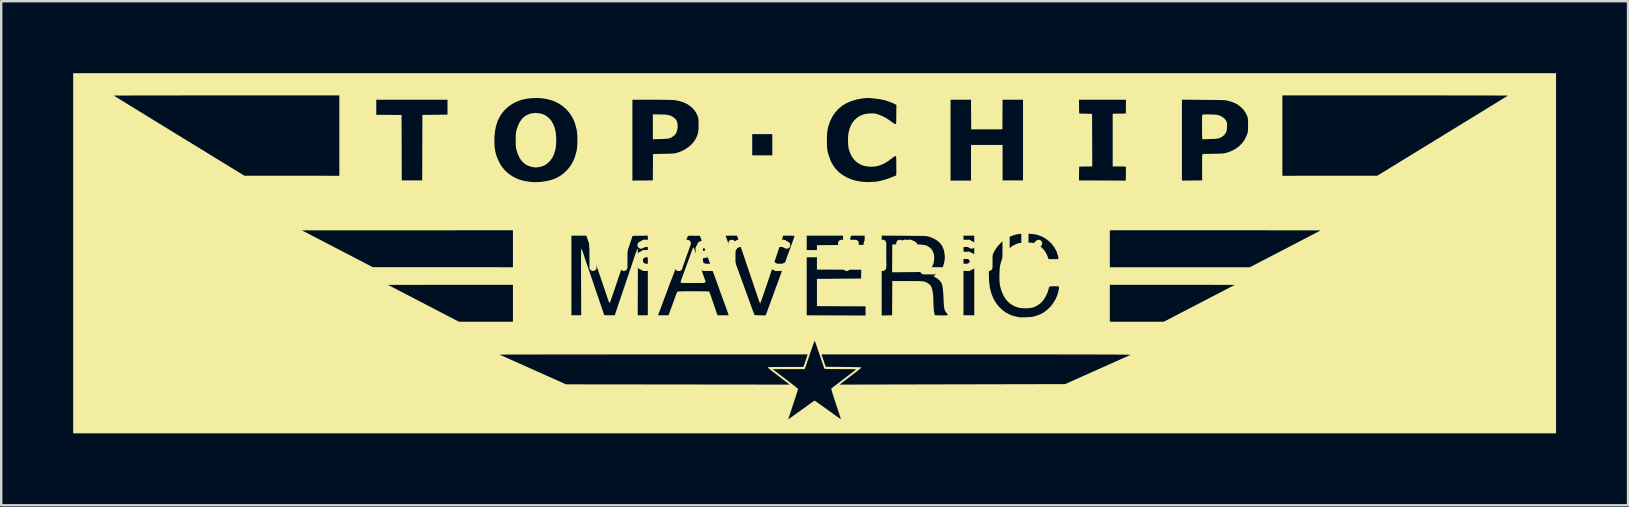
<source format=kicad_pcb>
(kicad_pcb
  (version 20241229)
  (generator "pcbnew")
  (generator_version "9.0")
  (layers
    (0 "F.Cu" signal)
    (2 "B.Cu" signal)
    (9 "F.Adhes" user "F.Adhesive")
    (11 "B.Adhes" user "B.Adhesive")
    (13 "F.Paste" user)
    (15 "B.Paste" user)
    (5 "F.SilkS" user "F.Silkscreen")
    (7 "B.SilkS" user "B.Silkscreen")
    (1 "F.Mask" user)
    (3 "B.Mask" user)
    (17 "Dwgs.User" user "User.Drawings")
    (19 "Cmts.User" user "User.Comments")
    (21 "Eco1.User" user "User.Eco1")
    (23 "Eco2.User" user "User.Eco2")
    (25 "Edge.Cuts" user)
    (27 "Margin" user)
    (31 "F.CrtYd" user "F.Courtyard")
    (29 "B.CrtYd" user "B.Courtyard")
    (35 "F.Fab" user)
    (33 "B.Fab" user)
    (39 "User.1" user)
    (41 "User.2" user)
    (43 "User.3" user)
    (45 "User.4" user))
  (footprint "maveric-fun_silk"
    (layer "F.Cu")
    (at 30.917 7.415)
    (property "Reference" "maveric-fun_silk" (at 0 0 0) (layer "F.SilkS") (effects (font (size 1.5 1.5) (thickness 0.3))))
    (attr board_only exclude_from_pos_files exclude_from_bom)
    (fp_poly (pts (xy -6.507 -5.696) (xy -6.377 -5.694) (xy -6.273 -5.69) (xy -6.188 -5.683) (xy -6.118 -5.672) (xy -6.059 -5.657) (xy -6.004 -5.636) (xy -5.989 -5.629) (xy -5.887 -5.57) (xy -5.811 -5.502) (xy -5.76 -5.421) (xy -5.73 -5.324) (xy -5.723 -5.208) (xy -5.728 -5.122) (xy -5.751 -5.005) (xy -5.792 -4.908) (xy -5.855 -4.829) (xy -5.942 -4.763) (xy -5.95 -4.758) (xy -5.996 -4.732) (xy -6.039 -4.713) (xy -6.086 -4.698) (xy -6.141 -4.687) (xy -6.21 -4.68) (xy -6.297 -4.674) (xy -6.407 -4.67) (xy -6.447 -4.669) (xy -6.757 -4.66) (xy -6.757 -5.178) (xy -6.757 -5.696)) (stroke (width 0) (type solid)) (fill yes) (layer "F.SilkS"))
    (fp_poly (pts (xy 4.085 -0.281) (xy 4.224 -0.279) (xy 4.341 -0.275) (xy 4.437 -0.269) (xy 4.516 -0.26) (xy 4.58 -0.249) (xy 4.631 -0.236) (xy 4.672 -0.22) (xy 4.679 -0.217) (xy 4.786 -0.148) (xy 4.869 -0.061) (xy 4.928 0.043) (xy 4.962 0.162) (xy 4.971 0.297) (xy 4.963 0.393) (xy 4.939 0.515) (xy 4.9 0.615) (xy 4.844 0.696) (xy 4.766 0.763) (xy 4.664 0.82) (xy 4.602 0.847) (xy 4.584 0.853) (xy 4.56 0.859) (xy 4.529 0.863) (xy 4.488 0.866) (xy 4.434 0.869) (xy 4.363 0.872) (xy 4.274 0.874) (xy 4.163 0.875) (xy 4.028 0.877) (xy 3.876 0.878) (xy 3.214 0.884) (xy 3.218 0.304) (xy 3.222 -0.277) (xy 3.73 -0.281) (xy 3.921 -0.282)) (stroke (width 0) (type solid)) (fill yes) (layer "F.SilkS"))
    (fp_poly (pts (xy 16.49 -5.695) (xy 16.578 -5.692) (xy 16.656 -5.689) (xy 16.716 -5.685) (xy 16.738 -5.682) (xy 16.852 -5.654) (xy 16.956 -5.607) (xy 17.045 -5.544) (xy 17.114 -5.469) (xy 17.148 -5.408) (xy 17.163 -5.369) (xy 17.172 -5.332) (xy 17.176 -5.289) (xy 17.176 -5.23) (xy 17.174 -5.173) (xy 17.17 -5.096) (xy 17.163 -5.039) (xy 17.152 -4.995) (xy 17.136 -4.955) (xy 17.129 -4.941) (xy 17.074 -4.857) (xy 17.002 -4.79) (xy 16.953 -4.758) (xy 16.908 -4.732) (xy 16.864 -4.713) (xy 16.817 -4.698) (xy 16.761 -4.687) (xy 16.692 -4.679) (xy 16.605 -4.674) (xy 16.494 -4.67) (xy 16.458 -4.669) (xy 16.151 -4.66) (xy 16.141 -4.696) (xy 16.138 -4.721) (xy 16.136 -4.771) (xy 16.134 -4.841) (xy 16.133 -4.928) (xy 16.132 -5.026) (xy 16.132 -5.13) (xy 16.132 -5.237) (xy 16.132 -5.342) (xy 16.133 -5.439) (xy 16.134 -5.524) (xy 16.136 -5.593) (xy 16.138 -5.641) (xy 16.14 -5.662) (xy 16.145 -5.675) (xy 16.153 -5.684) (xy 16.169 -5.69) (xy 16.197 -5.693) (xy 16.243 -5.695) (xy 16.309 -5.696) (xy 16.398 -5.696)) (stroke (width 0) (type solid)) (fill yes) (layer "F.SilkS"))
    (fp_poly (pts (xy -11.475 -5.742) (xy -11.332 -5.703) (xy -11.203 -5.637) (xy -11.089 -5.545) (xy -10.99 -5.429) (xy -10.908 -5.288) (xy -10.868 -5.195) (xy -10.832 -5.074) (xy -10.805 -4.932) (xy -10.789 -4.777) (xy -10.784 -4.615) (xy -10.79 -4.453) (xy -10.807 -4.3) (xy -10.826 -4.201) (xy -10.878 -4.033) (xy -10.95 -3.886) (xy -11.044 -3.758) (xy -11.083 -3.717) (xy -11.172 -3.637) (xy -11.26 -3.579) (xy -11.357 -3.537) (xy -11.472 -3.507) (xy -11.552 -3.493) (xy -11.616 -3.486) (xy -11.676 -3.488) (xy -11.744 -3.498) (xy -11.758 -3.5) (xy -11.879 -3.529) (xy -11.98 -3.566) (xy -12.068 -3.618) (xy -12.154 -3.688) (xy -12.174 -3.706) (xy -12.254 -3.797) (xy -12.322 -3.904) (xy -12.38 -4.03) (xy -12.43 -4.181) (xy -12.455 -4.276) (xy -12.464 -4.333) (xy -12.47 -4.419) (xy -12.473 -4.532) (xy -12.473 -4.634) (xy -12.473 -4.737) (xy -12.471 -4.816) (xy -12.467 -4.878) (xy -12.461 -4.931) (xy -12.452 -4.981) (xy -12.44 -5.034) (xy -12.433 -5.061) (xy -12.375 -5.235) (xy -12.302 -5.385) (xy -12.212 -5.509) (xy -12.107 -5.609) (xy -11.986 -5.682) (xy -11.849 -5.731) (xy -11.697 -5.754) (xy -11.632 -5.756)) (stroke (width 0) (type solid)) (fill yes) (layer "F.SilkS"))
    (fp_poly (pts (xy -5.053 -0.137) (xy -5.034 -0.102) (xy -5.011 -0.04) (xy -5.01 -0.037) (xy -4.996 0.003) (xy -4.975 0.066) (xy -4.947 0.147) (xy -4.915 0.239) (xy -4.881 0.338) (xy -4.866 0.381) (xy -4.83 0.486) (xy -4.794 0.591) (xy -4.76 0.69) (xy -4.731 0.777) (xy -4.708 0.844) (xy -4.702 0.86) (xy -4.675 0.941) (xy -4.644 1.031) (xy -4.615 1.113) (xy -4.606 1.14) (xy -4.587 1.19) (xy -4.572 1.231) (xy -4.563 1.263) (xy -4.562 1.288) (xy -4.572 1.306) (xy -4.596 1.318) (xy -4.636 1.325) (xy -4.695 1.329) (xy -4.775 1.331) (xy -4.878 1.331) (xy -5.008 1.331) (xy -5.076 1.331) (xy -5.217 1.33) (xy -5.33 1.33) (xy -5.419 1.329) (xy -5.487 1.327) (xy -5.536 1.325) (xy -5.569 1.321) (xy -5.589 1.317) (xy -5.599 1.312) (xy -5.601 1.309) (xy -5.599 1.286) (xy -5.588 1.243) (xy -5.571 1.188) (xy -5.561 1.163) (xy -5.534 1.09) (xy -5.504 1.01) (xy -5.479 0.941) (xy -5.476 0.934) (xy -5.456 0.879) (xy -5.439 0.831) (xy -5.427 0.801) (xy -5.427 0.8) (xy -5.416 0.77) (xy -5.399 0.723) (xy -5.385 0.684) (xy -5.361 0.619) (xy -5.335 0.548) (xy -5.323 0.515) (xy -5.3 0.452) (xy -5.275 0.383) (xy -5.264 0.355) (xy -5.248 0.311) (xy -5.224 0.247) (xy -5.197 0.171) (xy -5.169 0.091) (xy -5.165 0.081) (xy -5.139 0.008) (xy -5.115 -0.056) (xy -5.096 -0.105) (xy -5.084 -0.132) (xy -5.082 -0.136) (xy -5.068 -0.148)) (stroke (width 0) (type solid)) (fill yes) (layer "F.SilkS"))
    (fp_poly (pts (xy 30.887 0.09) (xy 30.887 7.595) (xy -0.015 7.595) (xy -30.917 7.595) (xy -30.917 4.314) (xy -13.148 4.314) (xy -13.133 4.321) (xy -13.092 4.339) (xy -13.028 4.368) (xy -12.941 4.407) (xy -12.835 4.454) (xy -12.711 4.51) (xy -12.57 4.572) (xy -12.415 4.642) (xy -12.248 4.716) (xy -12.07 4.796) (xy -11.883 4.88) (xy -11.754 4.937) (xy -10.374 5.554) (xy -5.714 5.559) (xy -1.054 5.565) (xy -1.138 5.5) (xy -1.175 5.471) (xy -1.231 5.428) (xy -1.301 5.375) (xy -1.381 5.314) (xy -1.465 5.25) (xy -1.497 5.226) (xy -1.618 5.133) (xy -1.718 5.057) (xy -1.797 4.996) (xy -1.859 4.947) (xy -1.894 4.919) (xy -1.767 4.919) (xy -1.239 5.323) (xy -1.129 5.407) (xy -1.027 5.486) (xy -0.934 5.558) (xy -0.854 5.62) (xy -0.789 5.671) (xy -0.741 5.71) (xy -0.713 5.733) (xy -0.706 5.74) (xy -0.707 5.752) (xy -0.715 5.781) (xy -0.728 5.828) (xy -0.749 5.894) (xy -0.777 5.982) (xy -0.812 6.091) (xy -0.856 6.224) (xy -0.908 6.382) (xy -0.969 6.567) (xy -1.009 6.686) (xy -1.04 6.779) (xy -1.066 6.861) (xy -1.088 6.929) (xy -1.103 6.979) (xy -1.111 7.007) (xy -1.112 7.012) (xy -1.099 7.003) (xy -1.064 6.979) (xy -1.011 6.941) (xy -0.941 6.892) (xy -0.858 6.832) (xy -0.763 6.765) (xy -0.661 6.691) (xy -0.639 6.675) (xy -0.535 6.6) (xy -0.437 6.53) (xy -0.35 6.468) (xy -0.276 6.414) (xy -0.218 6.372) (xy -0.177 6.343) (xy -0.158 6.329) (xy -0.157 6.328) (xy -0.09 6.278) (xy -0.045 6.247) (xy -0.021 6.234) (xy -0.019 6.234) (xy -0.01 6.238) (xy 0.01 6.25) (xy 0.043 6.271) (xy 0.092 6.305) (xy 0.157 6.351) (xy 0.243 6.412) (xy 0.335 6.477) (xy 0.39 6.517) (xy 0.447 6.557) (xy 0.486 6.585) (xy 0.532 6.618) (xy 0.589 6.659) (xy 0.637 6.695) (xy 0.762 6.785) (xy 0.864 6.859) (xy 0.944 6.915) (xy 1.004 6.957) (xy 1.046 6.983) (xy 1.069 6.996) (xy 1.076 6.996) (xy 1.072 6.978) (xy 1.059 6.935) (xy 1.039 6.872) (xy 1.013 6.791) (xy 0.983 6.698) (xy 0.949 6.595) (xy 0.944 6.581) (xy 0.884 6.401) (xy 0.833 6.247) (xy 0.791 6.118) (xy 0.757 6.011) (xy 0.729 5.924) (xy 0.709 5.857) (xy 0.694 5.805) (xy 0.685 5.768) (xy 0.68 5.744) (xy 0.68 5.731) (xy 0.682 5.727) (xy 0.696 5.715) (xy 0.732 5.688) (xy 0.786 5.646) (xy 0.857 5.592) (xy 0.94 5.528) (xy 1.035 5.456) (xy 1.138 5.377) (xy 1.181 5.345) (xy 1.287 5.263) (xy 1.387 5.187) (xy 1.478 5.118) (xy 1.556 5.057) (xy 1.62 5.008) (xy 1.666 4.971) (xy 1.692 4.95) (xy 1.696 4.947) (xy 1.703 4.94) (xy 1.704 4.934) (xy 1.699 4.93) (xy 1.685 4.926) (xy 1.658 4.924) (xy 1.618 4.922) (xy 1.56 4.92) (xy 1.483 4.919) (xy 1.384 4.919) (xy 1.261 4.919) (xy 1.111 4.919) (xy 1.066 4.919) (xy 0.9 4.918) (xy 0.762 4.918) (xy 0.649 4.917) (xy 0.56 4.915) (xy 0.493 4.913) (xy 0.444 4.91) (xy 0.413 4.907) (xy 0.397 4.902) (xy 0.393 4.9) (xy 0.386 4.882) (xy 0.37 4.839) (xy 0.348 4.774) (xy 0.318 4.69) (xy 0.284 4.59) (xy 0.246 4.477) (xy 0.205 4.355) (xy 0.191 4.314) (xy 0.188 4.306) (xy 0.273 4.306) (xy 0.36 4.563) (xy 0.447 4.821) (xy 1.192 4.829) (xy 1.378 4.831) (xy 1.539 4.834) (xy 1.674 4.836) (xy 1.781 4.839) (xy 1.861 4.843) (xy 1.912 4.846) (xy 1.934 4.85) (xy 1.935 4.851) (xy 1.932 4.857) (xy 1.922 4.868) (xy 1.904 4.884) (xy 1.876 4.908) (xy 1.835 4.941) (xy 1.781 4.984) (xy 1.711 5.038) (xy 1.623 5.106) (xy 1.516 5.188) (xy 1.388 5.286) (xy 1.323 5.336) (xy 1.024 5.565) (xy 5.726 5.554) (xy 10.427 5.544) (xy 11.765 4.945) (xy 11.955 4.86) (xy 12.138 4.779) (xy 12.311 4.701) (xy 12.474 4.628) (xy 12.623 4.561) (xy 12.758 4.501) (xy 12.876 4.448) (xy 12.976 4.404) (xy 13.055 4.369) (xy 13.111 4.344) (xy 13.143 4.329) (xy 13.149 4.327) (xy 13.148 4.325) (xy 13.14 4.324) (xy 13.123 4.322) (xy 13.096 4.321) (xy 13.058 4.319) (xy 13.01 4.318) (xy 12.949 4.317) (xy 12.875 4.316) (xy 12.788 4.315) (xy 12.687 4.314) (xy 12.571 4.313) (xy 12.438 4.312) (xy 12.29 4.312) (xy 12.123 4.311) (xy 11.939 4.31) (xy 11.736 4.31) (xy 11.513 4.309) (xy 11.27 4.309) (xy 11.006 4.308) (xy 10.72 4.308) (xy 10.411 4.308) (xy 10.079 4.307) (xy 9.723 4.307) (xy 9.342 4.307) (xy 8.935 4.307) (xy 8.502 4.306) (xy 8.041 4.306) (xy 7.553 4.306) (xy 7.036 4.306) (xy 6.733 4.306) (xy 0.273 4.306) (xy 0.188 4.306) (xy 0.149 4.19) (xy 0.11 4.074) (xy 0.074 3.971) (xy 0.043 3.882) (xy 0.018 3.812) (xy 0.000258 3.763) (xy -0.01 3.738) (xy -0.011 3.735) (xy -0.018 3.746) (xy -0.034 3.783) (xy -0.056 3.842) (xy -0.085 3.92) (xy -0.119 4.015) (xy -0.156 4.124) (xy -0.197 4.244) (xy -0.209 4.28) (xy -0.25 4.404) (xy -0.29 4.521) (xy -0.326 4.627) (xy -0.357 4.719) (xy -0.383 4.793) (xy -0.402 4.846) (xy -0.413 4.875) (xy -0.414 4.877) (xy -0.434 4.919) (xy -1.101 4.919) (xy -1.767 4.919) (xy -1.894 4.919) (xy -1.904 4.91) (xy -1.936 4.883) (xy -1.955 4.864) (xy -1.964 4.851) (xy -1.966 4.844) (xy -1.965 4.843) (xy -1.949 4.84) (xy -1.904 4.837) (xy -1.833 4.834) (xy -1.739 4.832) (xy -1.622 4.831) (xy -1.484 4.83) (xy -1.329 4.829) (xy -1.218 4.829) (xy -1.072 4.829) (xy -0.936 4.829) (xy -0.812 4.828) (xy -0.704 4.828) (xy -0.613 4.827) (xy -0.544 4.827) (xy -0.498 4.826) (xy -0.479 4.825) (xy -0.478 4.825) (xy -0.473 4.81) (xy -0.461 4.772) (xy -0.441 4.714) (xy -0.417 4.642) (xy -0.391 4.563) (xy -0.304 4.306) (xy -6.733 4.307) (xy -7.17 4.307) (xy -7.599 4.307) (xy -8.02 4.307) (xy -8.43 4.307) (xy -8.83 4.308) (xy -9.219 4.308) (xy -9.595 4.308) (xy -9.958 4.308) (xy -10.306 4.309) (xy -10.639 4.309) (xy -10.956 4.309) (xy -11.255 4.309) (xy -11.536 4.31) (xy -11.798 4.31) (xy -12.04 4.311) (xy -12.261 4.311) (xy -12.459 4.311) (xy -12.634 4.312) (xy -12.786 4.312) (xy -12.912 4.313) (xy -13.013 4.313) (xy -13.086 4.313) (xy -13.132 4.314) (xy -13.148 4.314) (xy -13.148 4.314) (xy -30.917 4.314) (xy -30.917 1.407) (xy -17.798 1.407) (xy -17.701 1.457) (xy -17.674 1.471) (xy -17.623 1.497) (xy -17.549 1.536) (xy -17.454 1.585) (xy -17.341 1.644) (xy -17.21 1.712) (xy -17.064 1.788) (xy -16.905 1.87) (xy -16.735 1.959) (xy -16.556 2.052) (xy -16.369 2.149) (xy -16.221 2.226) (xy -14.838 2.945) (xy -13.713 2.945) (xy -12.588 2.945) (xy -12.588 2.175) (xy -12.588 1.405) (xy -15.193 1.406) (xy -17.798 1.407) (xy -30.917 1.407) (xy -30.917 0.09) (xy -30.917 -0.866) (xy -21.386 -0.866) (xy -21.289 -0.815) (xy -21.262 -0.802) (xy -21.211 -0.775) (xy -21.137 -0.737) (xy -21.042 -0.687) (xy -20.929 -0.628) (xy -20.798 -0.56) (xy -20.652 -0.485) (xy -20.493 -0.402) (xy -20.323 -0.314) (xy -20.144 -0.22) (xy -19.957 -0.123) (xy -19.809 -0.046) (xy -18.426 0.672) (xy -15.507 0.672) (xy -12.588 0.673) (xy -12.588 -0.097) (xy -12.588 -0.643) (xy -10.151 -0.643) (xy -10.151 1.017) (xy -10.151 2.676) (xy -9.947 2.676) (xy -9.743 2.676) (xy -9.749 1.286) (xy -9.75 1.085) (xy -9.75 0.892) (xy -9.75 0.71) (xy -9.75 0.541) (xy -9.75 0.387) (xy -9.749 0.25) (xy -9.748 0.132) (xy -9.747 0.035) (xy -9.746 -0.038) (xy -9.744 -0.087) (xy -9.743 -0.108) (xy -9.742 -0.108) (xy -9.734 -0.096) (xy -9.718 -0.062) (xy -9.697 -0.009) (xy -9.672 0.055) (xy -9.647 0.125) (xy -9.623 0.196) (xy -9.602 0.263) (xy -9.596 0.284) (xy -9.584 0.326) (xy -9.573 0.357) (xy -9.573 0.359) (xy -9.564 0.383) (xy -9.547 0.432) (xy -9.523 0.502) (xy -9.493 0.588) (xy -9.459 0.686) (xy -9.422 0.794) (xy -9.384 0.906) (xy -9.345 1.019) (xy -9.308 1.129) (xy -9.273 1.232) (xy -9.241 1.324) (xy -9.239 1.331) (xy -9.208 1.424) (xy -9.169 1.538) (xy -9.125 1.668) (xy -9.077 1.807) (xy -9.029 1.947) (xy -8.983 2.082) (xy -8.969 2.123) (xy -8.929 2.239) (xy -8.893 2.347) (xy -8.86 2.443) (xy -8.833 2.524) (xy -8.812 2.587) (xy -8.799 2.628) (xy -8.795 2.642) (xy -8.791 2.655) (xy -8.783 2.665) (xy -8.766 2.67) (xy -8.735 2.674) (xy -8.687 2.676) (xy -8.616 2.676) (xy -8.565 2.676) (xy -8.344 2.676) (xy -8.291 2.515) (xy -8.275 2.467) (xy -8.251 2.394) (xy -8.22 2.301) (xy -8.182 2.19) (xy -8.141 2.067) (xy -8.096 1.935) (xy -8.049 1.797) (xy -8.021 1.712) (xy -7.966 1.551) (xy -7.906 1.374) (xy -7.844 1.189) (xy -7.781 1.003) (xy -7.721 0.824) (xy -7.665 0.658) (xy -7.616 0.512) (xy -7.615 0.508) (xy -7.565 0.36) (xy -7.524 0.238) (xy -7.49 0.139) (xy -7.463 0.061) (xy -7.442 0.002) (xy -7.426 -0.042) (xy -7.413 -0.072) (xy -7.404 -0.09) (xy -7.397 -0.1) (xy -7.391 -0.104) (xy -7.388 -0.105) (xy -7.387 -0.09) (xy -7.386 -0.048) (xy -7.385 0.021) (xy -7.384 0.112) (xy -7.383 0.226) (xy -7.382 0.359) (xy -7.382 0.509) (xy -7.382 0.675) (xy -7.382 0.854) (xy -7.382 1.044) (xy -7.383 1.244) (xy -7.383 1.286) (xy -7.388 2.676) (xy -7.177 2.676) (xy -6.967 2.676) (xy -6.546 2.676) (xy -6.325 2.676) (xy -6.103 2.676) (xy -6.07 2.583) (xy -6.049 2.524) (xy -6.029 2.469) (xy -6.017 2.437) (xy -5.991 2.367) (xy -5.964 2.294) (xy -5.934 2.213) (xy -5.9 2.118) (xy -5.858 2.002) (xy -5.845 1.967) (xy -5.815 1.884) (xy -5.788 1.81) (xy -5.764 1.751) (xy -5.747 1.71) (xy -5.738 1.694) (xy -5.729 1.689) (xy -5.707 1.685) (xy -5.671 1.682) (xy -5.619 1.679) (xy -5.548 1.677) (xy -5.455 1.676) (xy -5.339 1.675) (xy -5.197 1.675) (xy -5.077 1.675) (xy -4.941 1.675) (xy -4.814 1.676) (xy -4.699 1.677) (xy -4.599 1.678) (xy -4.518 1.68) (xy -4.458 1.682) (xy -4.423 1.684) (xy -4.415 1.686) (xy -4.407 1.697) (xy -4.395 1.724) (xy -4.377 1.769) (xy -4.353 1.833) (xy -4.322 1.918) (xy -4.285 2.027) (xy -4.239 2.16) (xy -4.186 2.317) (xy -4.159 2.397) (xy -4.133 2.475) (xy -4.11 2.542) (xy -4.093 2.59) (xy -4.062 2.676) (xy -3.831 2.676) (xy -3.6 2.676) (xy -3.61 2.635) (xy -3.62 2.602) (xy -3.637 2.551) (xy -3.659 2.491) (xy -3.665 2.474) (xy -3.69 2.406) (xy -3.715 2.338) (xy -3.736 2.282) (xy -3.738 2.276) (xy -3.761 2.212) (xy -3.786 2.144) (xy -3.795 2.119) (xy -3.807 2.086) (xy -3.828 2.029) (xy -3.856 1.951) (xy -3.89 1.858) (xy -3.928 1.753) (xy -3.969 1.64) (xy -3.991 1.577) (xy -4.032 1.463) (xy -4.071 1.356) (xy -4.106 1.26) (xy -4.135 1.178) (xy -4.158 1.115) (xy -4.173 1.074) (xy -4.178 1.061) (xy -4.201 0.997) (xy -4.224 0.938) (xy -4.246 0.877) (xy -4.27 0.81) (xy -4.298 0.732) (xy -4.332 0.639) (xy -4.373 0.524) (xy -4.395 0.463) (xy -4.433 0.358) (xy -4.47 0.257) (xy -4.503 0.166) (xy -4.53 0.089) (xy -4.551 0.032) (xy -4.563 0) (xy -4.584 -0.056) (xy -4.603 -0.11) (xy -4.612 -0.135) (xy -4.628 -0.179) (xy -4.649 -0.236) (xy -4.661 -0.269) (xy -4.7 -0.376) (xy -4.73 -0.459) (xy -4.754 -0.523) (xy -4.772 -0.573) (xy -4.773 -0.576) (xy -4.796 -0.635) (xy -4.797 -0.635) (xy -3.723 -0.635) (xy -3.718 -0.62) (xy -3.704 -0.581) (xy -3.683 -0.522) (xy -3.655 -0.446) (xy -3.624 -0.357) (xy -3.589 -0.26) (xy -3.552 -0.158) (xy -3.514 -0.055) (xy -3.478 0.044) (xy -3.444 0.137) (xy -3.414 0.219) (xy -3.408 0.235) (xy -3.385 0.297) (xy -3.36 0.365) (xy -3.347 0.4) (xy -3.327 0.457) (xy -3.307 0.511) (xy -3.297 0.538) (xy -3.281 0.582) (xy -3.26 0.639) (xy -3.247 0.677) (xy -3.223 0.741) (xy -3.198 0.809) (xy -3.186 0.841) (xy -3.175 0.872) (xy -3.155 0.927) (xy -3.127 1.004) (xy -3.092 1.099) (xy -3.053 1.208) (xy -3.009 1.329) (xy -2.962 1.457) (xy -2.938 1.525) (xy -2.89 1.656) (xy -2.845 1.78) (xy -2.803 1.895) (xy -2.766 1.998) (xy -2.735 2.083) (xy -2.711 2.15) (xy -2.695 2.193) (xy -2.691 2.205) (xy -2.67 2.263) (xy -2.645 2.33) (xy -2.631 2.37) (xy -2.612 2.422) (xy -2.595 2.466) (xy -2.587 2.489) (xy -2.575 2.52) (xy -2.557 2.566) (xy -2.547 2.594) (xy -2.518 2.669) (xy -2.287 2.676) (xy -2.197 2.679) (xy -2.133 2.679) (xy -2.09 2.678) (xy -2.064 2.674) (xy -2.051 2.667) (xy -2.047 2.661) (xy -2.039 2.641) (xy -2.023 2.597) (xy -2 2.534) (xy -1.972 2.456) (xy -1.94 2.368) (xy -1.929 2.34) (xy -1.895 2.246) (xy -1.863 2.158) (xy -1.835 2.08) (xy -1.812 2.019) (xy -1.797 1.979) (xy -1.794 1.973) (xy -1.78 1.936) (xy -1.758 1.878) (xy -1.731 1.804) (xy -1.702 1.721) (xy -1.682 1.667) (xy -1.653 1.586) (xy -1.627 1.512) (xy -1.605 1.453) (xy -1.589 1.412) (xy -1.584 1.398) (xy -1.573 1.372) (xy -1.555 1.324) (xy -1.532 1.261) (xy -1.507 1.191) (xy -1.481 1.119) (xy -1.458 1.053) (xy -1.445 1.017) (xy -0.344 1.017) (xy -0.344 2.676) (xy 0.878 2.68) (xy 1.067 2.68) (xy 1.246 2.681) (xy 1.415 2.682) (xy 1.57 2.683) (xy 1.71 2.683) (xy 1.832 2.684) (xy 1.935 2.685) (xy 2.015 2.686) (xy 2.071 2.686) (xy 2.1 2.687) (xy 2.104 2.687) (xy 2.105 2.684) (xy 2.781 2.684) (xy 2.997 2.679) (xy 3.214 2.675) (xy 3.218 1.961) (xy 3.222 1.248) (xy 3.857 1.249) (xy 4.013 1.249) (xy 4.143 1.25) (xy 4.249 1.251) (xy 4.333 1.252) (xy 4.4 1.254) (xy 4.452 1.256) (xy 4.492 1.26) (xy 4.523 1.264) (xy 4.549 1.27) (xy 4.571 1.276) (xy 4.575 1.277) (xy 4.68 1.322) (xy 4.761 1.377) (xy 4.823 1.447) (xy 4.851 1.495) (xy 4.875 1.557) (xy 4.896 1.643) (xy 4.913 1.746) (xy 4.926 1.86) (xy 4.933 1.978) (xy 4.934 2.035) (xy 4.937 2.153) (xy 4.941 2.269) (xy 4.948 2.377) (xy 4.956 2.473) (xy 4.966 2.551) (xy 4.977 2.606) (xy 4.978 2.612) (xy 4.998 2.675) (xy 5.265 2.679) (xy 5.36 2.681) (xy 5.429 2.681) (xy 5.477 2.68) (xy 5.507 2.677) (xy 5.523 2.672) (xy 5.53 2.665) (xy 5.532 2.655) (xy 5.522 2.629) (xy 5.497 2.592) (xy 5.474 2.565) (xy 5.444 2.527) (xy 5.419 2.484) (xy 5.4 2.432) (xy 5.386 2.366) (xy 5.375 2.284) (xy 5.367 2.182) (xy 5.361 2.054) (xy 5.359 2.011) (xy 5.352 1.835) (xy 5.34 1.681) (xy 5.326 1.55) (xy 5.309 1.445) (xy 5.289 1.367) (xy 5.276 1.336) (xy 5.226 1.26) (xy 5.153 1.186) (xy 5.064 1.122) (xy 5.036 1.107) (xy 4.992 1.081) (xy 4.96 1.06) (xy 4.948 1.047) (xy 4.96 1.033) (xy 4.982 1.017) (xy 6.189 1.017) (xy 6.189 2.676) (xy 6.414 2.676) (xy 6.638 2.676) (xy 6.638 1.017) (xy 6.638 0.984) (xy 7.247 0.984) (xy 7.251 1.149) (xy 7.262 1.311) (xy 7.28 1.463) (xy 7.295 1.547) (xy 7.351 1.762) (xy 7.43 1.96) (xy 7.53 2.14) (xy 7.651 2.3) (xy 7.791 2.44) (xy 7.95 2.557) (xy 8.126 2.65) (xy 8.169 2.668) (xy 8.219 2.685) (xy 8.288 2.705) (xy 8.366 2.725) (xy 8.441 2.742) (xy 8.504 2.754) (xy 8.521 2.756) (xy 8.58 2.76) (xy 8.658 2.761) (xy 8.749 2.76) (xy 8.845 2.756) (xy 8.938 2.75) (xy 9.02 2.742) (xy 9.083 2.733) (xy 9.105 2.729) (xy 9.252 2.686) (xy 9.378 2.639) (xy 9.49 2.582) (xy 9.596 2.512) (xy 9.674 2.451) (xy 9.808 2.322) (xy 9.925 2.175) (xy 12.289 2.175) (xy 12.289 2.945) (xy 13.412 2.945) (xy 14.536 2.945) (xy 16.01 2.181) (xy 16.206 2.079) (xy 16.394 1.982) (xy 16.572 1.889) (xy 16.74 1.801) (xy 16.896 1.721) (xy 17.037 1.647) (xy 17.162 1.582) (xy 17.27 1.526) (xy 17.358 1.48) (xy 17.425 1.445) (xy 17.469 1.422) (xy 17.489 1.411) (xy 17.49 1.411) (xy 17.476 1.41) (xy 17.434 1.41) (xy 17.364 1.409) (xy 17.27 1.408) (xy 17.151 1.408) (xy 17.01 1.408) (xy 16.849 1.407) (xy 16.668 1.407) (xy 16.469 1.406) (xy 16.254 1.406) (xy 16.024 1.406) (xy 15.781 1.406) (xy 15.526 1.405) (xy 15.261 1.405) (xy 14.987 1.405) (xy 14.893 1.405) (xy 12.289 1.405) (xy 12.289 2.175) (xy 9.925 2.175) (xy 9.926 2.173) (xy 10.025 2.009) (xy 10.101 1.836) (xy 10.151 1.658) (xy 10.164 1.583) (xy 10.17 1.523) (xy 10.168 1.489) (xy 10.16 1.477) (xy 10.137 1.471) (xy 10.091 1.468) (xy 10.031 1.466) (xy 9.964 1.466) (xy 9.897 1.467) (xy 9.839 1.47) (xy 9.796 1.475) (xy 9.778 1.48) (xy 9.756 1.507) (xy 9.741 1.557) (xy 9.741 1.563) (xy 9.73 1.61) (xy 9.711 1.672) (xy 9.687 1.737) (xy 9.684 1.746) (xy 9.605 1.913) (xy 9.513 2.053) (xy 9.406 2.169) (xy 9.284 2.26) (xy 9.145 2.329) (xy 9.082 2.351) (xy 8.999 2.369) (xy 8.896 2.381) (xy 8.782 2.384) (xy 8.668 2.381) (xy 8.561 2.37) (xy 8.484 2.356) (xy 8.322 2.3) (xy 8.177 2.221) (xy 8.05 2.117) (xy 7.941 1.989) (xy 7.849 1.838) (xy 7.776 1.665) (xy 7.741 1.553) (xy 7.715 1.446) (xy 7.698 1.335) (xy 7.689 1.214) (xy 7.687 1.075) (xy 7.688 0.99) (xy 7.692 0.895) (xy 7.696 0.803) (xy 7.702 0.721) (xy 7.708 0.656) (xy 7.712 0.626) (xy 7.734 0.527) (xy 7.766 0.416) (xy 7.805 0.305) (xy 7.848 0.205) (xy 7.875 0.15) (xy 7.935 0.06) (xy 8.015 -0.032) (xy 8.106 -0.119) (xy 8.202 -0.194) (xy 8.267 -0.235) (xy 8.346 -0.275) (xy 8.415 -0.305) (xy 8.482 -0.326) (xy 8.553 -0.34) (xy 8.637 -0.348) (xy 8.74 -0.351) (xy 8.806 -0.351) (xy 8.898 -0.351) (xy 8.968 -0.35) (xy 9.021 -0.347) (xy 9.064 -0.341) (xy 9.104 -0.331) (xy 9.147 -0.318) (xy 9.179 -0.307) (xy 9.321 -0.241) (xy 9.445 -0.153) (xy 9.55 -0.041) (xy 9.637 0.094) (xy 9.687 0.205) (xy 9.737 0.336) (xy 9.944 0.336) (xy 10.03 0.337) (xy 10.089 0.335) (xy 10.127 0.329) (xy 10.145 0.314) (xy 10.148 0.287) (xy 10.14 0.245) (xy 10.125 0.185) (xy 10.122 0.176) (xy 10.064 0.006) (xy 10.008 -0.097) (xy 12.289 -0.097) (xy 12.289 0.673) (xy 15.206 0.673) (xy 18.124 0.673) (xy 19.598 -0.092) (xy 19.794 -0.193) (xy 19.982 -0.291) (xy 20.16 -0.384) (xy 20.328 -0.471) (xy 20.484 -0.552) (xy 20.625 -0.625) (xy 20.75 -0.69) (xy 20.858 -0.746) (xy 20.946 -0.792) (xy 21.013 -0.827) (xy 21.057 -0.851) (xy 21.077 -0.861) (xy 21.078 -0.862) (xy 21.064 -0.862) (xy 21.021 -0.863) (xy 20.95 -0.863) (xy 20.854 -0.863) (xy 20.731 -0.864) (xy 20.585 -0.864) (xy 20.416 -0.865) (xy 20.225 -0.865) (xy 20.013 -0.865) (xy 19.783 -0.866) (xy 19.533 -0.866) (xy 19.267 -0.866) (xy 18.985 -0.866) (xy 18.688 -0.867) (xy 18.377 -0.867) (xy 18.054 -0.867) (xy 17.72 -0.867) (xy 17.376 -0.867) (xy 17.023 -0.867) (xy 16.687 -0.867) (xy 12.289 -0.867) (xy 12.289 -0.097) (xy 10.008 -0.097) (xy 9.979 -0.153) (xy 9.87 -0.298) (xy 9.739 -0.426) (xy 9.59 -0.535) (xy 9.456 -0.607) (xy 9.346 -0.651) (xy 9.232 -0.684) (xy 9.107 -0.707) (xy 8.966 -0.72) (xy 8.803 -0.724) (xy 8.791 -0.724) (xy 8.665 -0.723) (xy 8.562 -0.718) (xy 8.473 -0.708) (xy 8.389 -0.692) (xy 8.304 -0.669) (xy 8.215 -0.639) (xy 8.047 -0.564) (xy 7.888 -0.463) (xy 7.741 -0.34) (xy 7.612 -0.198) (xy 7.511 -0.054) (xy 7.437 0.08) (xy 7.377 0.213) (xy 7.33 0.353) (xy 7.29 0.51) (xy 7.281 0.553) (xy 7.262 0.678) (xy 7.251 0.825) (xy 7.247 0.984) (xy 6.638 0.984) (xy 6.638 -0.643) (xy 6.414 -0.643) (xy 6.189 -0.643) (xy 6.189 1.017) (xy 4.982 1.017) (xy 4.991 1.009) (xy 5.027 0.986) (xy 5.099 0.934) (xy 5.172 0.868) (xy 5.24 0.795) (xy 5.293 0.724) (xy 5.315 0.688) (xy 5.346 0.611) (xy 5.374 0.516) (xy 5.396 0.413) (xy 5.409 0.315) (xy 5.412 0.257) (xy 5.408 0.185) (xy 5.397 0.099) (xy 5.382 0.012) (xy 5.365 -0.063) (xy 5.358 -0.084) (xy 5.3 -0.215) (xy 5.216 -0.329) (xy 5.108 -0.428) (xy 4.974 -0.511) (xy 4.814 -0.579) (xy 4.754 -0.599) (xy 4.731 -0.606) (xy 4.708 -0.612) (xy 4.684 -0.617) (xy 4.656 -0.622) (xy 4.621 -0.625) (xy 4.577 -0.628) (xy 4.522 -0.63) (xy 4.453 -0.632) (xy 4.367 -0.634) (xy 4.263 -0.635) (xy 4.137 -0.636) (xy 3.988 -0.637) (xy 3.812 -0.639) (xy 3.711 -0.639) (xy 2.781 -0.645) (xy 2.781 1.019) (xy 2.781 2.684) (xy 2.105 2.684) (xy 2.106 2.675) (xy 2.107 2.638) (xy 2.108 2.581) (xy 2.108 2.512) (xy 2.108 2.497) (xy 2.108 2.303) (xy 1.095 2.299) (xy 0.082 2.295) (xy 0.082 1.727) (xy 0.082 1.159) (xy 1.002 1.151) (xy 1.921 1.144) (xy 1.925 0.961) (xy 1.929 0.778) (xy 1.006 0.774) (xy 0.082 0.77) (xy 0.082 0.262) (xy 0.082 -0.247) (xy 1.074 -0.254) (xy 2.067 -0.262) (xy 2.069 -0.452) (xy 2.071 -0.643) (xy 0.863 -0.643) (xy -0.344 -0.643) (xy -0.344 1.017) (xy -1.445 1.017) (xy -1.443 1.009) (xy -1.438 0.995) (xy -1.434 0.982) (xy -1.429 0.969) (xy -1.423 0.952) (xy -1.415 0.929) (xy -1.404 0.899) (xy -1.389 0.859) (xy -1.37 0.807) (xy -1.346 0.74) (xy -1.315 0.656) (xy -1.278 0.554) (xy -1.232 0.43) (xy -1.178 0.283) (xy -1.115 0.109) (xy -1.113 0.104) (xy -1.062 -0.035) (xy -1.014 -0.165) (xy -0.971 -0.285) (xy -0.933 -0.391) (xy -0.901 -0.48) (xy -0.876 -0.551) (xy -0.86 -0.599) (xy -0.852 -0.623) (xy -0.852 -0.624) (xy -0.86 -0.632) (xy -0.886 -0.637) (xy -0.933 -0.641) (xy -1.004 -0.642) (xy -1.088 -0.643) (xy -1.324 -0.643) (xy -1.795 0.765) (xy -1.861 0.963) (xy -1.924 1.152) (xy -1.985 1.331) (xy -2.042 1.498) (xy -2.094 1.652) (xy -2.141 1.789) (xy -2.183 1.909) (xy -2.218 2.01) (xy -2.246 2.088) (xy -2.267 2.144) (xy -2.279 2.174) (xy -2.282 2.179) (xy -2.292 2.167) (xy -2.31 2.131) (xy -2.333 2.074) (xy -2.359 2) (xy -2.367 1.978) (xy -2.384 1.925) (xy -2.41 1.847) (xy -2.444 1.747) (xy -2.484 1.629) (xy -2.528 1.497) (xy -2.577 1.353) (xy -2.628 1.201) (xy -2.681 1.045) (xy -2.713 0.949) (xy -2.769 0.784) (xy -2.826 0.616) (xy -2.882 0.448) (xy -2.937 0.285) (xy -2.989 0.132) (xy -3.036 -0.007) (xy -3.077 -0.128) (xy -3.11 -0.227) (xy -3.12 -0.258) (xy -3.25 -0.643) (xy -3.486 -0.643) (xy -3.566 -0.642) (xy -3.635 -0.641) (xy -3.687 -0.639) (xy -3.717 -0.637) (xy -3.723 -0.635) (xy -4.797 -0.635) (xy -5.044 -0.639) (xy -5.135 -0.642) (xy -5.202 -0.643) (xy -5.248 -0.64) (xy -5.279 -0.632) (xy -5.3 -0.615) (xy -5.316 -0.587) (xy -5.332 -0.546) (xy -5.352 -0.49) (xy -5.353 -0.486) (xy -5.372 -0.434) (xy -5.389 -0.389) (xy -5.399 -0.366) (xy -5.406 -0.349) (xy -5.416 -0.321) (xy -5.432 -0.279) (xy -5.455 -0.22) (xy -5.484 -0.14) (xy -5.523 -0.037) (xy -5.539 0.007) (xy -5.555 0.051) (xy -5.579 0.115) (xy -5.609 0.195) (xy -5.643 0.284) (xy -5.674 0.366) (xy -5.708 0.457) (xy -5.741 0.546) (xy -5.77 0.624) (xy -5.794 0.687) (xy -5.808 0.725) (xy -5.839 0.81) (xy -5.872 0.898) (xy -5.905 0.984) (xy -5.935 1.065) (xy -5.962 1.133) (xy -5.982 1.185) (xy -5.994 1.215) (xy -5.995 1.218) (xy -6.005 1.242) (xy -6.023 1.288) (xy -6.047 1.352) (xy -6.075 1.428) (xy -6.098 1.488) (xy -6.131 1.577) (xy -6.171 1.685) (xy -6.215 1.804) (xy -6.261 1.925) (xy -6.303 2.039) (xy -6.31 2.056) (xy -6.346 2.152) (xy -6.379 2.242) (xy -6.409 2.32) (xy -6.432 2.383) (xy -6.448 2.425) (xy -6.452 2.437) (xy -6.468 2.479) (xy -6.49 2.535) (xy -6.509 2.583) (xy -6.546 2.676) (xy -6.967 2.676) (xy -6.967 1.016) (xy -6.967 -0.643) (xy -7.284 -0.639) (xy -7.601 -0.635) (xy -7.722 -0.277) (xy -7.777 -0.113) (xy -7.836 0.061) (xy -7.897 0.243) (xy -7.96 0.431) (xy -8.024 0.619) (xy -8.087 0.807) (xy -8.149 0.99) (xy -8.209 1.166) (xy -8.264 1.332) (xy -8.316 1.483) (xy -8.361 1.618) (xy -8.401 1.734) (xy -8.432 1.826) (xy -8.451 1.883) (xy -8.481 1.968) (xy -8.508 2.043) (xy -8.532 2.104) (xy -8.549 2.145) (xy -8.56 2.163) (xy -8.56 2.163) (xy -8.57 2.152) (xy -8.587 2.117) (xy -8.609 2.063) (xy -8.634 1.995) (xy -8.645 1.962) (xy -8.673 1.881) (xy -8.709 1.772) (xy -8.755 1.636) (xy -8.81 1.476) (xy -8.873 1.291) (xy -8.943 1.083) (xy -9.021 0.852) (xy -9.107 0.601) (xy -9.189 0.359) (xy -9.232 0.234) (xy -9.277 0.1) (xy -9.323 -0.036) (xy -9.366 -0.164) (xy -9.405 -0.277) (xy -9.428 -0.348) (xy -9.528 -0.643) (xy -9.839 -0.643) (xy -10.151 -0.643) (xy -12.588 -0.643) (xy -12.588 -0.867) (xy -16.987 -0.866) (xy -21.386 -0.866) (xy -30.917 -0.866) (xy -30.917 -6.481) (xy -29.225 -6.481) (xy -29.211 -6.472) (xy -29.174 -6.449) (xy -29.113 -6.411) (xy -29.03 -6.36) (xy -28.927 -6.297) (xy -28.803 -6.221) (xy -28.662 -6.134) (xy -28.503 -6.036) (xy -28.328 -5.929) (xy -28.138 -5.812) (xy -27.934 -5.687) (xy -27.718 -5.554) (xy -27.49 -5.415) (xy -27.252 -5.269) (xy -27.005 -5.117) (xy -26.75 -4.961) (xy -26.497 -4.806) (xy -23.778 -3.14) (xy -21.801 -3.14) (xy -19.824 -3.139) (xy -19.824 -4.814) (xy -19.824 -6.309) (xy -18.284 -6.309) (xy -18.284 -5.995) (xy -18.284 -5.681) (xy -17.757 -5.677) (xy -17.23 -5.674) (xy -17.226 -4.309) (xy -17.222 -2.945) (xy -16.796 -2.945) (xy -16.37 -2.945) (xy -16.367 -4.309) (xy -16.366 -4.502) (xy -13.361 -4.502) (xy -13.35 -4.323) (xy -13.325 -4.16) (xy -13.285 -4.004) (xy -13.23 -3.851) (xy -13.157 -3.694) (xy -13.152 -3.685) (xy -13.051 -3.519) (xy -12.925 -3.368) (xy -12.778 -3.233) (xy -12.613 -3.118) (xy -12.432 -3.024) (xy -12.307 -2.976) (xy -12.25 -2.958) (xy -12.199 -2.944) (xy -12.147 -2.931) (xy -12.086 -2.919) (xy -12.011 -2.907) (xy -11.915 -2.892) (xy -11.878 -2.887) (xy -11.739 -2.875) (xy -11.58 -2.874) (xy -11.411 -2.886) (xy -11.342 -2.894) (xy -11.13 -2.929) (xy -11.1 -2.938) (xy -7.61 -2.938) (xy -7.184 -2.942) (xy -6.758 -2.946) (xy -6.754 -3.495) (xy -6.75 -4.044) (xy -6.309 -4.054) (xy -6.181 -4.056) (xy -6.078 -4.059) (xy -5.997 -4.062) (xy -5.933 -4.066) (xy -5.882 -4.07) (xy -5.84 -4.076) (xy -5.802 -4.084) (xy -5.765 -4.093) (xy -5.737 -4.101) (xy -5.571 -4.161) (xy -5.414 -4.241) (xy -5.272 -4.336) (xy -5.161 -4.433) (xy -2.616 -4.433) (xy -2.616 -3.992) (xy -2.198 -3.992) (xy -1.779 -3.992) (xy -1.779 -4.433) (xy -1.779 -4.55) (xy 0.496 -4.55) (xy 0.499 -4.42) (xy 0.506 -4.301) (xy 0.518 -4.198) (xy 0.534 -4.117) (xy 0.538 -4.104) (xy 0.55 -4.064) (xy 0.566 -4.01) (xy 0.576 -3.977) (xy 0.648 -3.775) (xy 0.743 -3.593) (xy 0.86 -3.431) (xy 1 -3.288) (xy 1.163 -3.164) (xy 1.35 -3.059) (xy 1.363 -3.052) (xy 1.555 -2.975) (xy 1.758 -2.92) (xy 1.975 -2.888) (xy 2.209 -2.877) (xy 2.287 -2.878) (xy 2.378 -2.882) (xy 2.469 -2.888) (xy 2.552 -2.896) (xy 2.617 -2.905) (xy 2.624 -2.906) (xy 2.736 -2.929) (xy 2.845 -2.956) (xy 2.956 -2.989) (xy 3.076 -3.031) (xy 3.21 -3.082) (xy 3.364 -3.145) (xy 3.375 -3.15) (xy 3.381 -3.159) (xy 3.386 -3.182) (xy 3.389 -3.222) (xy 3.39 -3.282) (xy 3.391 -3.364) (xy 3.391 -3.471) (xy 3.39 -3.556) (xy 3.389 -3.675) (xy 3.388 -3.768) (xy 3.386 -3.838) (xy 3.384 -3.888) (xy 3.381 -3.921) (xy 3.376 -3.942) (xy 3.37 -3.953) (xy 3.362 -3.957) (xy 3.355 -3.959) (xy 3.324 -3.951) (xy 3.275 -3.921) (xy 3.22 -3.878) (xy 3.052 -3.751) (xy 2.889 -3.652) (xy 2.729 -3.581) (xy 2.572 -3.536) (xy 2.429 -3.518) (xy 2.248 -3.519) (xy 2.084 -3.543) (xy 1.937 -3.589) (xy 1.803 -3.66) (xy 1.698 -3.741) (xy 1.606 -3.84) (xy 1.525 -3.961) (xy 1.459 -4.098) (xy 1.411 -4.244) (xy 1.396 -4.313) (xy 1.385 -4.397) (xy 1.379 -4.501) (xy 1.377 -4.615) (xy 1.377 -4.623) (xy 5.651 -4.623) (xy 5.651 -2.938) (xy 6.077 -2.938) (xy 6.503 -2.938) (xy 6.503 -3.681) (xy 6.503 -4.425) (xy 7.161 -4.425) (xy 7.819 -4.425) (xy 7.819 -3.685) (xy 7.819 -2.945) (xy 8.245 -2.945) (xy 8.671 -2.945) (xy 8.671 -4.627) (xy 8.671 -6.309) (xy 11.003 -6.309) (xy 11.007 -6.021) (xy 11.011 -5.733) (xy 11.28 -5.726) (xy 11.549 -5.718) (xy 11.553 -4.624) (xy 11.557 -3.529) (xy 11.284 -3.525) (xy 11.011 -3.521) (xy 11.007 -3.233) (xy 11.003 -2.945) (xy 11.978 -2.942) (xy 12.954 -2.938) (xy 15.294 -2.938) (xy 15.716 -2.942) (xy 16.138 -2.946) (xy 16.134 -3.459) (xy 16.134 -3.595) (xy 16.134 -3.716) (xy 16.135 -3.821) (xy 16.137 -3.906) (xy 16.14 -3.968) (xy 16.143 -4.004) (xy 16.145 -4.01) (xy 16.159 -4.048) (xy 16.597 -4.056) (xy 16.725 -4.058) (xy 16.827 -4.06) (xy 16.908 -4.063) (xy 16.971 -4.066) (xy 17.021 -4.07) (xy 17.063 -4.076) (xy 17.1 -4.083) (xy 17.136 -4.092) (xy 17.163 -4.1) (xy 17.354 -4.169) (xy 17.525 -4.259) (xy 17.675 -4.369) (xy 17.803 -4.498) (xy 17.908 -4.645) (xy 17.989 -4.81) (xy 17.991 -4.814) (xy 19.48 -4.814) (xy 19.48 -3.139) (xy 21.457 -3.14) (xy 23.434 -3.14) (xy 26.154 -4.806) (xy 26.415 -4.967) (xy 26.67 -5.123) (xy 26.917 -5.274) (xy 27.154 -5.42) (xy 27.382 -5.559) (xy 27.598 -5.692) (xy 27.801 -5.816) (xy 27.99 -5.933) (xy 28.165 -6.04) (xy 28.323 -6.137) (xy 28.464 -6.224) (xy 28.587 -6.299) (xy 28.69 -6.362) (xy 28.771 -6.413) (xy 28.831 -6.45) (xy 28.868 -6.473) (xy 28.881 -6.481) (xy 28.867 -6.481) (xy 28.824 -6.482) (xy 28.753 -6.482) (xy 28.656 -6.483) (xy 28.533 -6.484) (xy 28.387 -6.484) (xy 28.217 -6.485) (xy 28.025 -6.485) (xy 27.812 -6.485) (xy 27.579 -6.486) (xy 27.328 -6.486) (xy 27.059 -6.487) (xy 26.774 -6.487) (xy 26.474 -6.487) (xy 26.159 -6.488) (xy 25.832 -6.488) (xy 25.492 -6.488) (xy 25.142 -6.488) (xy 24.782 -6.488) (xy 24.414 -6.488) (xy 24.184 -6.488) (xy 19.48 -6.488) (xy 19.48 -4.814) (xy 17.991 -4.814) (xy 18.011 -4.869) (xy 18.026 -4.913) (xy 18.036 -4.952) (xy 18.043 -4.992) (xy 18.047 -5.04) (xy 18.05 -5.1) (xy 18.051 -5.18) (xy 18.051 -5.255) (xy 18.051 -5.353) (xy 18.049 -5.426) (xy 18.047 -5.482) (xy 18.042 -5.525) (xy 18.034 -5.562) (xy 18.023 -5.598) (xy 18.012 -5.631) (xy 17.945 -5.772) (xy 17.852 -5.901) (xy 17.738 -6.015) (xy 17.606 -6.112) (xy 17.457 -6.189) (xy 17.297 -6.242) (xy 17.297 -6.242) (xy 17.236 -6.258) (xy 17.176 -6.273) (xy 17.14 -6.282) (xy 17.112 -6.285) (xy 17.055 -6.289) (xy 16.972 -6.292) (xy 16.864 -6.295) (xy 16.733 -6.298) (xy 16.58 -6.3) (xy 16.406 -6.302) (xy 16.215 -6.304) (xy 16.187 -6.304) (xy 15.294 -6.311) (xy 15.294 -4.624) (xy 15.294 -2.938) (xy 12.954 -2.938) (xy 12.958 -3.214) (xy 12.959 -3.303) (xy 12.959 -3.382) (xy 12.958 -3.446) (xy 12.957 -3.49) (xy 12.955 -3.509) (xy 12.945 -3.516) (xy 12.918 -3.522) (xy 12.873 -3.525) (xy 12.804 -3.527) (xy 12.71 -3.528) (xy 12.678 -3.528) (xy 12.408 -3.528) (xy 12.408 -4.627) (xy 12.408 -5.725) (xy 12.681 -5.729) (xy 12.954 -5.733) (xy 12.958 -6.021) (xy 12.962 -6.309) (xy 11.982 -6.309) (xy 11.003 -6.309) (xy 8.671 -6.309) (xy 8.245 -6.309) (xy 7.819 -6.309) (xy 7.815 -5.692) (xy 7.811 -5.076) (xy 7.161 -5.076) (xy 6.511 -5.076) (xy 6.507 -5.692) (xy 6.503 -6.309) (xy 6.077 -6.309) (xy 5.651 -6.309) (xy 5.651 -4.623) (xy 1.377 -4.623) (xy 1.379 -4.73) (xy 1.386 -4.836) (xy 1.397 -4.922) (xy 1.397 -4.926) (xy 1.442 -5.104) (xy 1.508 -5.261) (xy 1.595 -5.398) (xy 1.669 -5.481) (xy 1.779 -5.576) (xy 1.897 -5.648) (xy 2.027 -5.698) (xy 2.173 -5.728) (xy 2.34 -5.74) (xy 2.36 -5.74) (xy 2.439 -5.738) (xy 2.504 -5.731) (xy 2.569 -5.716) (xy 2.632 -5.696) (xy 2.806 -5.629) (xy 2.964 -5.545) (xy 3.103 -5.453) (xy 3.162 -5.41) (xy 3.217 -5.37) (xy 3.26 -5.338) (xy 3.278 -5.325) (xy 3.316 -5.304) (xy 3.351 -5.295) (xy 3.356 -5.295) (xy 3.365 -5.298) (xy 3.372 -5.304) (xy 3.377 -5.317) (xy 3.381 -5.341) (xy 3.384 -5.379) (xy 3.386 -5.435) (xy 3.388 -5.511) (xy 3.389 -5.611) (xy 3.39 -5.697) (xy 3.394 -6.095) (xy 3.297 -6.142) (xy 3.248 -6.165) (xy 3.211 -6.182) (xy 3.191 -6.189) (xy 3.191 -6.189) (xy 3.172 -6.195) (xy 3.138 -6.208) (xy 3.134 -6.21) (xy 3.012 -6.256) (xy 2.875 -6.295) (xy 2.719 -6.327) (xy 2.539 -6.352) (xy 2.44 -6.363) (xy 2.344 -6.372) (xy 2.27 -6.378) (xy 2.209 -6.381) (xy 2.153 -6.38) (xy 2.095 -6.375) (xy 2.026 -6.368) (xy 1.987 -6.363) (xy 1.745 -6.32) (xy 1.524 -6.256) (xy 1.323 -6.171) (xy 1.144 -6.064) (xy 0.986 -5.936) (xy 0.848 -5.787) (xy 0.731 -5.616) (xy 0.636 -5.424) (xy 0.561 -5.211) (xy 0.543 -5.143) (xy 0.525 -5.052) (xy 0.511 -4.941) (xy 0.502 -4.817) (xy 0.497 -4.684) (xy 0.496 -4.55) (xy -1.779 -4.55) (xy -1.779 -4.874) (xy -2.198 -4.874) (xy -2.616 -4.874) (xy -2.616 -4.433) (xy -5.161 -4.433) (xy -5.147 -4.445) (xy -5.044 -4.564) (xy -4.976 -4.672) (xy -4.933 -4.761) (xy -4.9 -4.84) (xy -4.878 -4.917) (xy -4.863 -5) (xy -4.855 -5.095) (xy -4.852 -5.209) (xy -4.852 -5.262) (xy -4.853 -5.359) (xy -4.854 -5.431) (xy -4.857 -5.486) (xy -4.862 -5.529) (xy -4.871 -5.567) (xy -4.882 -5.605) (xy -4.892 -5.632) (xy -4.961 -5.778) (xy -5.054 -5.908) (xy -5.17 -6.021) (xy -5.307 -6.117) (xy -5.465 -6.194) (xy -5.641 -6.251) (xy -5.833 -6.288) (xy -5.889 -6.294) (xy -5.932 -6.297) (xy -6.001 -6.299) (xy -6.094 -6.302) (xy -6.206 -6.304) (xy -6.334 -6.306) (xy -6.474 -6.307) (xy -6.624 -6.308) (xy -6.779 -6.308) (xy -6.821 -6.309) (xy -7.61 -6.309) (xy -7.61 -4.623) (xy -7.61 -2.938) (xy -11.1 -2.938) (xy -10.941 -2.981) (xy -10.771 -3.049) (xy -10.615 -3.138) (xy -10.469 -3.247) (xy -10.349 -3.36) (xy -10.242 -3.482) (xy -10.151 -3.612) (xy -10.075 -3.754) (xy -10.011 -3.914) (xy -9.956 -4.097) (xy -9.932 -4.193) (xy -9.92 -4.269) (xy -9.911 -4.367) (xy -9.905 -4.481) (xy -9.903 -4.602) (xy -9.904 -4.725) (xy -9.908 -4.843) (xy -9.916 -4.947) (xy -9.927 -5.032) (xy -9.933 -5.061) (xy -9.97 -5.206) (xy -10.008 -5.332) (xy -10.042 -5.427) (xy -10.132 -5.608) (xy -10.246 -5.775) (xy -10.381 -5.926) (xy -10.535 -6.058) (xy -10.704 -6.167) (xy -10.886 -6.253) (xy -10.996 -6.29) (xy -11.192 -6.339) (xy -11.379 -6.369) (xy -11.568 -6.381) (xy -11.755 -6.377) (xy -11.988 -6.355) (xy -12.201 -6.311) (xy -12.397 -6.245) (xy -12.578 -6.157) (xy -12.733 -6.056) (xy -12.891 -5.922) (xy -13.025 -5.772) (xy -13.136 -5.607) (xy -13.225 -5.424) (xy -13.291 -5.223) (xy -13.335 -5.002) (xy -13.358 -4.762) (xy -13.36 -4.702) (xy -13.361 -4.502) (xy -16.366 -4.502) (xy -16.363 -5.674) (xy -15.839 -5.681) (xy -15.316 -5.688) (xy -15.316 -5.999) (xy -15.316 -6.309) (xy -16.8 -6.309) (xy -18.284 -6.309) (xy -19.824 -6.309) (xy -19.824 -6.488) (xy -24.528 -6.488) (xy -24.901 -6.488) (xy -25.266 -6.488) (xy -25.622 -6.488) (xy -25.969 -6.488) (xy -26.303 -6.488) (xy -26.626 -6.487) (xy -26.935 -6.487) (xy -27.23 -6.487) (xy -27.509 -6.487) (xy -27.771 -6.486) (xy -28.015 -6.486) (xy -28.24 -6.485) (xy -28.445 -6.485) (xy -28.629 -6.484) (xy -28.79 -6.484) (xy -28.927 -6.483) (xy -29.04 -6.483) (xy -29.127 -6.482) (xy -29.187 -6.482) (xy -29.219 -6.481) (xy -29.225 -6.481) (xy -30.917 -6.481) (xy -30.917 -7.415) (xy -0.015 -7.415) (xy 30.887 -7.415)) (stroke (width 0) (type solid)) (fill yes) (layer "F.SilkS")))
  (gr_rect
    (start -3 -3)
    (end 64.803 18.01)
    (stroke (width 0.1) (type default))
    (fill no)
    (layer "Edge.Cuts")))
</source>
